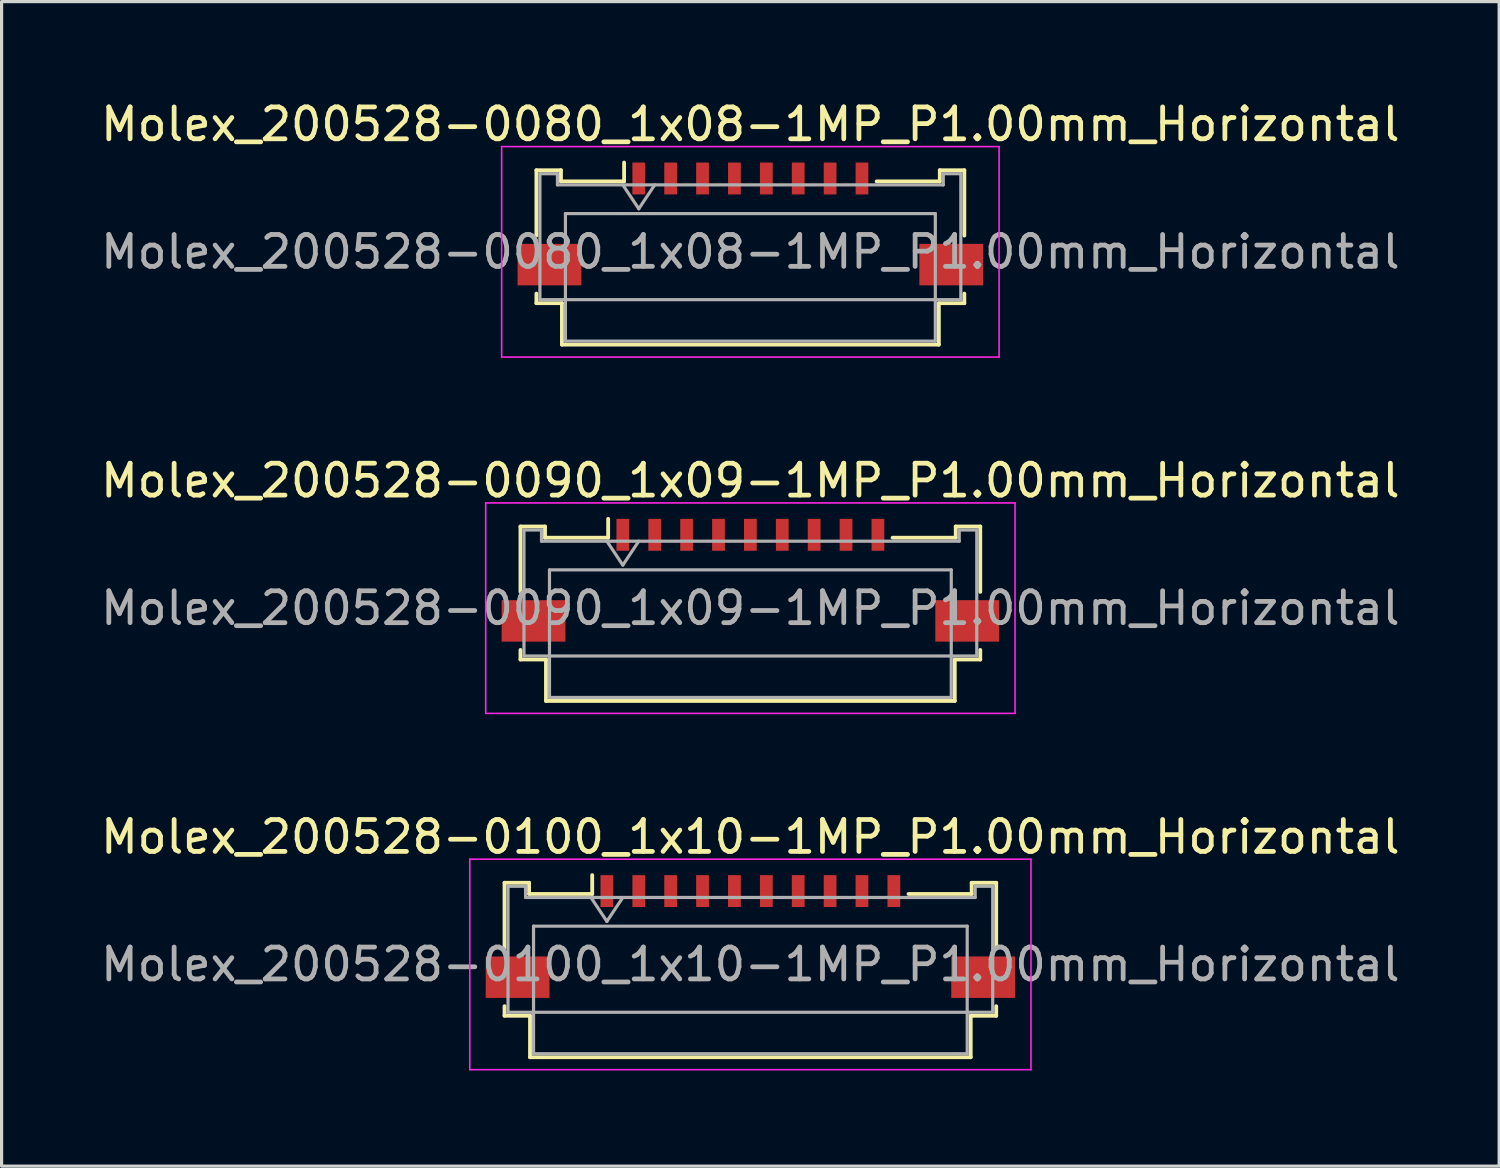
<source format=kicad_pcb>
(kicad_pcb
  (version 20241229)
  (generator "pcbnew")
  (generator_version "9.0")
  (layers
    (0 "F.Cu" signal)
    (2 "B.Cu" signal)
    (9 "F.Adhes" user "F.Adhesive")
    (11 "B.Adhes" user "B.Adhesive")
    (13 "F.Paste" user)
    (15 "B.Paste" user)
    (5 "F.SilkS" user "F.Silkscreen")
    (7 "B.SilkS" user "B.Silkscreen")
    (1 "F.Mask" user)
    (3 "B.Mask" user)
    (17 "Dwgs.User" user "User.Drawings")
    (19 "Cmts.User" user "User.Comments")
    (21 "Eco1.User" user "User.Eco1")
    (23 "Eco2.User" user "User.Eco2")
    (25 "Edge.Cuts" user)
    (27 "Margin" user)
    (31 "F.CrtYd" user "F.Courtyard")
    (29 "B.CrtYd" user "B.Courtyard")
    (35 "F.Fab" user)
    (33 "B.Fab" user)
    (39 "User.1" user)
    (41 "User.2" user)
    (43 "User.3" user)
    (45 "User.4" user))
  (footprint "Molex_200528-0080_1x08-1MP_P1.00mm_Horizontal"
    (layer "F.Cu")
    (at 20.482 3.458)
    (property "Reference" "Molex_200528-0080_1x08-1MP_P1.00mm_Horizontal" (at 0 -2.61 0) (layer "F.SilkS") (effects (font (size 1 1) (thickness 0.15))))
    (attr smd)
    (fp_line (start -6.71 -1.17) (end -6.71 0.88) (stroke (width 0.12) (type solid)) (layer "F.SilkS"))
    (fp_line (start -6.71 2.7) (end -6.71 3) (stroke (width 0.12) (type solid)) (layer "F.SilkS"))
    (fp_line (start -6.71 3) (end -5.91 3) (stroke (width 0.12) (type solid)) (layer "F.SilkS"))
    (fp_line (start -5.94 -1.17) (end -6.71 -1.17) (stroke (width 0.12) (type solid)) (layer "F.SilkS"))
    (fp_line (start -5.94 -0.82) (end -5.94 -1.17) (stroke (width 0.12) (type solid)) (layer "F.SilkS"))
    (fp_line (start -5.91 3) (end -5.91 4.3) (stroke (width 0.12) (type solid)) (layer "F.SilkS"))
    (fp_line (start -5.91 4.3) (end 5.91 4.3) (stroke (width 0.12) (type solid)) (layer "F.SilkS"))
    (fp_line (start -3.96 -1.41) (end -3.96 -0.82) (stroke (width 0.12) (type solid)) (layer "F.SilkS"))
    (fp_line (start -3.96 -0.82) (end -5.94 -0.82) (stroke (width 0.12) (type solid)) (layer "F.SilkS"))
    (fp_line (start 5.91 3) (end 6.71 3) (stroke (width 0.12) (type solid)) (layer "F.SilkS"))
    (fp_line (start 5.91 4.3) (end 5.91 3) (stroke (width 0.12) (type solid)) (layer "F.SilkS"))
    (fp_line (start 5.94 -1.17) (end 5.94 -0.82) (stroke (width 0.12) (type solid)) (layer "F.SilkS"))
    (fp_line (start 5.94 -0.82) (end 3.96 -0.82) (stroke (width 0.12) (type solid)) (layer "F.SilkS"))
    (fp_line (start 6.71 -1.17) (end 5.94 -1.17) (stroke (width 0.12) (type solid)) (layer "F.SilkS"))
    (fp_line (start 6.71 0.88) (end 6.71 -1.17) (stroke (width 0.12) (type solid)) (layer "F.SilkS"))
    (fp_line (start 6.71 3) (end 6.71 2.7) (stroke (width 0.12) (type solid)) (layer "F.SilkS"))
    (fp_line (start -7.8 -1.91) (end -7.8 4.69) (stroke (width 0.05) (type solid)) (layer "F.CrtYd"))
    (fp_line (start -7.8 4.69) (end 7.8 4.69) (stroke (width 0.05) (type solid)) (layer "F.CrtYd"))
    (fp_line (start 7.8 -1.91) (end -7.8 -1.91) (stroke (width 0.05) (type solid)) (layer "F.CrtYd"))
    (fp_line (start 7.8 4.69) (end 7.8 -1.91) (stroke (width 0.05) (type solid)) (layer "F.CrtYd"))
    (fp_line (start -6.6 -1.06) (end -6.6 2.89) (stroke (width 0.1) (type solid)) (layer "F.Fab"))
    (fp_line (start -6.6 2.89) (end 6.6 2.89) (stroke (width 0.1) (type solid)) (layer "F.Fab"))
    (fp_line (start -6.05 -1.06) (end -6.6 -1.06) (stroke (width 0.1) (type solid)) (layer "F.Fab"))
    (fp_line (start -6.05 -0.71) (end -6.05 -1.06) (stroke (width 0.1) (type solid)) (layer "F.Fab"))
    (fp_line (start -5.8 0.19) (end -5.8 4.19) (stroke (width 0.1) (type solid)) (layer "F.Fab"))
    (fp_line (start -5.8 4.19) (end 5.8 4.19) (stroke (width 0.1) (type solid)) (layer "F.Fab"))
    (fp_line (start -4 -0.71) (end -3.5 0.04) (stroke (width 0.1) (type solid)) (layer "F.Fab"))
    (fp_line (start -3.5 0.04) (end -3 -0.71) (stroke (width 0.1) (type solid)) (layer "F.Fab"))
    (fp_line (start 5.8 0.19) (end -5.8 0.19) (stroke (width 0.1) (type solid)) (layer "F.Fab"))
    (fp_line (start 5.8 4.19) (end 5.8 0.19) (stroke (width 0.1) (type solid)) (layer "F.Fab"))
    (fp_line (start 6.05 -1.06) (end 6.05 -0.71) (stroke (width 0.1) (type solid)) (layer "F.Fab"))
    (fp_line (start 6.05 -0.71) (end -6.05 -0.71) (stroke (width 0.1) (type solid)) (layer "F.Fab"))
    (fp_line (start 6.6 -1.06) (end 6.05 -1.06) (stroke (width 0.1) (type solid)) (layer "F.Fab"))
    (fp_line (start 6.6 2.89) (end 6.6 -1.06) (stroke (width 0.1) (type solid)) (layer "F.Fab"))
    (fp_text user "${REFERENCE}" (at 0 1.39 0) (layer "F.Fab") (effects (font (size 1 1) (thickness 0.15))))
    (pad "1" smd rect (at -3.5 -0.91) (size 0.4 1) (layers "F.Cu" "F.Mask" "F.Paste"))
    (pad "2" smd rect (at -2.5 -0.91) (size 0.4 1) (layers "F.Cu" "F.Mask" "F.Paste"))
    (pad "3" smd rect (at -1.5 -0.91) (size 0.4 1) (layers "F.Cu" "F.Mask" "F.Paste"))
    (pad "4" smd rect (at -0.5 -0.91) (size 0.4 1) (layers "F.Cu" "F.Mask" "F.Paste"))
    (pad "5" smd rect (at 0.5 -0.91) (size 0.4 1) (layers "F.Cu" "F.Mask" "F.Paste"))
    (pad "6" smd rect (at 1.5 -0.91) (size 0.4 1) (layers "F.Cu" "F.Mask" "F.Paste"))
    (pad "7" smd rect (at 2.5 -0.91) (size 0.4 1) (layers "F.Cu" "F.Mask" "F.Paste"))
    (pad "8" smd rect (at 3.5 -0.91) (size 0.4 1) (layers "F.Cu" "F.Mask" "F.Paste"))
    (pad "MP" smd rect (at -6.3 1.79) (size 2 1.3) (layers "F.Cu" "F.Mask" "F.Paste"))
    (pad "MP" smd rect (at 6.3 1.79) (size 2 1.3) (layers "F.Cu" "F.Mask" "F.Paste")))
  (footprint "Molex_200528-0090_1x09-1MP_P1.00mm_Horizontal"
    (layer "F.Cu")
    (at 20.482 14.632)
    (property "Reference" "Molex_200528-0090_1x09-1MP_P1.00mm_Horizontal" (at 0 -2.61 0) (layer "F.SilkS") (effects (font (size 1 1) (thickness 0.15))))
    (attr smd)
    (fp_line (start -7.21 -1.17) (end -7.21 0.88) (stroke (width 0.12) (type solid)) (layer "F.SilkS"))
    (fp_line (start -7.21 2.7) (end -7.21 3) (stroke (width 0.12) (type solid)) (layer "F.SilkS"))
    (fp_line (start -7.21 3) (end -6.41 3) (stroke (width 0.12) (type solid)) (layer "F.SilkS"))
    (fp_line (start -6.44 -1.17) (end -7.21 -1.17) (stroke (width 0.12) (type solid)) (layer "F.SilkS"))
    (fp_line (start -6.44 -0.82) (end -6.44 -1.17) (stroke (width 0.12) (type solid)) (layer "F.SilkS"))
    (fp_line (start -6.41 3) (end -6.41 4.3) (stroke (width 0.12) (type solid)) (layer "F.SilkS"))
    (fp_line (start -6.41 4.3) (end 6.41 4.3) (stroke (width 0.12) (type solid)) (layer "F.SilkS"))
    (fp_line (start -4.46 -1.41) (end -4.46 -0.82) (stroke (width 0.12) (type solid)) (layer "F.SilkS"))
    (fp_line (start -4.46 -0.82) (end -6.44 -0.82) (stroke (width 0.12) (type solid)) (layer "F.SilkS"))
    (fp_line (start 6.41 3) (end 7.21 3) (stroke (width 0.12) (type solid)) (layer "F.SilkS"))
    (fp_line (start 6.41 4.3) (end 6.41 3) (stroke (width 0.12) (type solid)) (layer "F.SilkS"))
    (fp_line (start 6.44 -1.17) (end 6.44 -0.82) (stroke (width 0.12) (type solid)) (layer "F.SilkS"))
    (fp_line (start 6.44 -0.82) (end 4.46 -0.82) (stroke (width 0.12) (type solid)) (layer "F.SilkS"))
    (fp_line (start 7.21 -1.17) (end 6.44 -1.17) (stroke (width 0.12) (type solid)) (layer "F.SilkS"))
    (fp_line (start 7.21 0.88) (end 7.21 -1.17) (stroke (width 0.12) (type solid)) (layer "F.SilkS"))
    (fp_line (start 7.21 3) (end 7.21 2.7) (stroke (width 0.12) (type solid)) (layer "F.SilkS"))
    (fp_line (start -8.3 -1.91) (end -8.3 4.69) (stroke (width 0.05) (type solid)) (layer "F.CrtYd"))
    (fp_line (start -8.3 4.69) (end 8.3 4.69) (stroke (width 0.05) (type solid)) (layer "F.CrtYd"))
    (fp_line (start 8.3 -1.91) (end -8.3 -1.91) (stroke (width 0.05) (type solid)) (layer "F.CrtYd"))
    (fp_line (start 8.3 4.69) (end 8.3 -1.91) (stroke (width 0.05) (type solid)) (layer "F.CrtYd"))
    (fp_line (start -7.1 -1.06) (end -7.1 2.89) (stroke (width 0.1) (type solid)) (layer "F.Fab"))
    (fp_line (start -7.1 2.89) (end 7.1 2.89) (stroke (width 0.1) (type solid)) (layer "F.Fab"))
    (fp_line (start -6.55 -1.06) (end -7.1 -1.06) (stroke (width 0.1) (type solid)) (layer "F.Fab"))
    (fp_line (start -6.55 -0.71) (end -6.55 -1.06) (stroke (width 0.1) (type solid)) (layer "F.Fab"))
    (fp_line (start -6.3 0.19) (end -6.3 4.19) (stroke (width 0.1) (type solid)) (layer "F.Fab"))
    (fp_line (start -6.3 4.19) (end 6.3 4.19) (stroke (width 0.1) (type solid)) (layer "F.Fab"))
    (fp_line (start -4.5 -0.71) (end -4 0.04) (stroke (width 0.1) (type solid)) (layer "F.Fab"))
    (fp_line (start -4 0.04) (end -3.5 -0.71) (stroke (width 0.1) (type solid)) (layer "F.Fab"))
    (fp_line (start 6.3 0.19) (end -6.3 0.19) (stroke (width 0.1) (type solid)) (layer "F.Fab"))
    (fp_line (start 6.3 4.19) (end 6.3 0.19) (stroke (width 0.1) (type solid)) (layer "F.Fab"))
    (fp_line (start 6.55 -1.06) (end 6.55 -0.71) (stroke (width 0.1) (type solid)) (layer "F.Fab"))
    (fp_line (start 6.55 -0.71) (end -6.55 -0.71) (stroke (width 0.1) (type solid)) (layer "F.Fab"))
    (fp_line (start 7.1 -1.06) (end 6.55 -1.06) (stroke (width 0.1) (type solid)) (layer "F.Fab"))
    (fp_line (start 7.1 2.89) (end 7.1 -1.06) (stroke (width 0.1) (type solid)) (layer "F.Fab"))
    (fp_text user "${REFERENCE}" (at 0 1.39 0) (layer "F.Fab") (effects (font (size 1 1) (thickness 0.15))))
    (pad "1" smd rect (at -4 -0.91) (size 0.4 1) (layers "F.Cu" "F.Mask" "F.Paste"))
    (pad "2" smd rect (at -3 -0.91) (size 0.4 1) (layers "F.Cu" "F.Mask" "F.Paste"))
    (pad "3" smd rect (at -2 -0.91) (size 0.4 1) (layers "F.Cu" "F.Mask" "F.Paste"))
    (pad "4" smd rect (at -1 -0.91) (size 0.4 1) (layers "F.Cu" "F.Mask" "F.Paste"))
    (pad "5" smd rect (at 0 -0.91) (size 0.4 1) (layers "F.Cu" "F.Mask" "F.Paste"))
    (pad "6" smd rect (at 1 -0.91) (size 0.4 1) (layers "F.Cu" "F.Mask" "F.Paste"))
    (pad "7" smd rect (at 2 -0.91) (size 0.4 1) (layers "F.Cu" "F.Mask" "F.Paste"))
    (pad "8" smd rect (at 3 -0.91) (size 0.4 1) (layers "F.Cu" "F.Mask" "F.Paste"))
    (pad "9" smd rect (at 4 -0.91) (size 0.4 1) (layers "F.Cu" "F.Mask" "F.Paste"))
    (pad "MP" smd rect (at -6.8 1.79) (size 2 1.3) (layers "F.Cu" "F.Mask" "F.Paste"))
    (pad "MP" smd rect (at 6.8 1.79) (size 2 1.3) (layers "F.Cu" "F.Mask" "F.Paste")))
  (footprint "Molex_200528-0100_1x10-1MP_P1.00mm_Horizontal"
    (layer "F.Cu")
    (at 20.482 25.805)
    (property "Reference" "Molex_200528-0100_1x10-1MP_P1.00mm_Horizontal" (at 0 -2.61 0) (layer "F.SilkS") (effects (font (size 1 1) (thickness 0.15))))
    (attr smd)
    (fp_line (start -7.71 -1.17) (end -7.71 0.88) (stroke (width 0.12) (type solid)) (layer "F.SilkS"))
    (fp_line (start -7.71 2.7) (end -7.71 3) (stroke (width 0.12) (type solid)) (layer "F.SilkS"))
    (fp_line (start -7.71 3) (end -6.91 3) (stroke (width 0.12) (type solid)) (layer "F.SilkS"))
    (fp_line (start -6.94 -1.17) (end -7.71 -1.17) (stroke (width 0.12) (type solid)) (layer "F.SilkS"))
    (fp_line (start -6.94 -0.82) (end -6.94 -1.17) (stroke (width 0.12) (type solid)) (layer "F.SilkS"))
    (fp_line (start -6.91 3) (end -6.91 4.3) (stroke (width 0.12) (type solid)) (layer "F.SilkS"))
    (fp_line (start -6.91 4.3) (end 6.91 4.3) (stroke (width 0.12) (type solid)) (layer "F.SilkS"))
    (fp_line (start -4.96 -1.41) (end -4.96 -0.82) (stroke (width 0.12) (type solid)) (layer "F.SilkS"))
    (fp_line (start -4.96 -0.82) (end -6.94 -0.82) (stroke (width 0.12) (type solid)) (layer "F.SilkS"))
    (fp_line (start 6.91 3) (end 7.71 3) (stroke (width 0.12) (type solid)) (layer "F.SilkS"))
    (fp_line (start 6.91 4.3) (end 6.91 3) (stroke (width 0.12) (type solid)) (layer "F.SilkS"))
    (fp_line (start 6.94 -1.17) (end 6.94 -0.82) (stroke (width 0.12) (type solid)) (layer "F.SilkS"))
    (fp_line (start 6.94 -0.82) (end 4.96 -0.82) (stroke (width 0.12) (type solid)) (layer "F.SilkS"))
    (fp_line (start 7.71 -1.17) (end 6.94 -1.17) (stroke (width 0.12) (type solid)) (layer "F.SilkS"))
    (fp_line (start 7.71 0.88) (end 7.71 -1.17) (stroke (width 0.12) (type solid)) (layer "F.SilkS"))
    (fp_line (start 7.71 3) (end 7.71 2.7) (stroke (width 0.12) (type solid)) (layer "F.SilkS"))
    (fp_line (start -8.8 -1.91) (end -8.8 4.69) (stroke (width 0.05) (type solid)) (layer "F.CrtYd"))
    (fp_line (start -8.8 4.69) (end 8.8 4.69) (stroke (width 0.05) (type solid)) (layer "F.CrtYd"))
    (fp_line (start 8.8 -1.91) (end -8.8 -1.91) (stroke (width 0.05) (type solid)) (layer "F.CrtYd"))
    (fp_line (start 8.8 4.69) (end 8.8 -1.91) (stroke (width 0.05) (type solid)) (layer "F.CrtYd"))
    (fp_line (start -7.6 -1.06) (end -7.6 2.89) (stroke (width 0.1) (type solid)) (layer "F.Fab"))
    (fp_line (start -7.6 2.89) (end 7.6 2.89) (stroke (width 0.1) (type solid)) (layer "F.Fab"))
    (fp_line (start -7.05 -1.06) (end -7.6 -1.06) (stroke (width 0.1) (type solid)) (layer "F.Fab"))
    (fp_line (start -7.05 -0.71) (end -7.05 -1.06) (stroke (width 0.1) (type solid)) (layer "F.Fab"))
    (fp_line (start -6.8 0.19) (end -6.8 4.19) (stroke (width 0.1) (type solid)) (layer "F.Fab"))
    (fp_line (start -6.8 4.19) (end 6.8 4.19) (stroke (width 0.1) (type solid)) (layer "F.Fab"))
    (fp_line (start -5 -0.71) (end -4.5 0.04) (stroke (width 0.1) (type solid)) (layer "F.Fab"))
    (fp_line (start -4.5 0.04) (end -4 -0.71) (stroke (width 0.1) (type solid)) (layer "F.Fab"))
    (fp_line (start 6.8 0.19) (end -6.8 0.19) (stroke (width 0.1) (type solid)) (layer "F.Fab"))
    (fp_line (start 6.8 4.19) (end 6.8 0.19) (stroke (width 0.1) (type solid)) (layer "F.Fab"))
    (fp_line (start 7.05 -1.06) (end 7.05 -0.71) (stroke (width 0.1) (type solid)) (layer "F.Fab"))
    (fp_line (start 7.05 -0.71) (end -7.05 -0.71) (stroke (width 0.1) (type solid)) (layer "F.Fab"))
    (fp_line (start 7.6 -1.06) (end 7.05 -1.06) (stroke (width 0.1) (type solid)) (layer "F.Fab"))
    (fp_line (start 7.6 2.89) (end 7.6 -1.06) (stroke (width 0.1) (type solid)) (layer "F.Fab"))
    (fp_text user "${REFERENCE}" (at 0 1.39 0) (layer "F.Fab") (effects (font (size 1 1) (thickness 0.15))))
    (pad "1" smd rect (at -4.5 -0.91) (size 0.4 1) (layers "F.Cu" "F.Mask" "F.Paste"))
    (pad "2" smd rect (at -3.5 -0.91) (size 0.4 1) (layers "F.Cu" "F.Mask" "F.Paste"))
    (pad "3" smd rect (at -2.5 -0.91) (size 0.4 1) (layers "F.Cu" "F.Mask" "F.Paste"))
    (pad "4" smd rect (at -1.5 -0.91) (size 0.4 1) (layers "F.Cu" "F.Mask" "F.Paste"))
    (pad "5" smd rect (at -0.5 -0.91) (size 0.4 1) (layers "F.Cu" "F.Mask" "F.Paste"))
    (pad "6" smd rect (at 0.5 -0.91) (size 0.4 1) (layers "F.Cu" "F.Mask" "F.Paste"))
    (pad "7" smd rect (at 1.5 -0.91) (size 0.4 1) (layers "F.Cu" "F.Mask" "F.Paste"))
    (pad "8" smd rect (at 2.5 -0.91) (size 0.4 1) (layers "F.Cu" "F.Mask" "F.Paste"))
    (pad "9" smd rect (at 3.5 -0.91) (size 0.4 1) (layers "F.Cu" "F.Mask" "F.Paste"))
    (pad "10" smd rect (at 4.5 -0.91) (size 0.4 1) (layers "F.Cu" "F.Mask" "F.Paste"))
    (pad "MP" smd rect (at -7.3 1.79) (size 2 1.3) (layers "F.Cu" "F.Mask" "F.Paste"))
    (pad "MP" smd rect (at 7.3 1.79) (size 2 1.3) (layers "F.Cu" "F.Mask" "F.Paste")))
  (gr_rect
    (start -3 -3)
    (end 43.964 33.52)
    (stroke (width 0.1) (type default))
    (fill no)
    (layer "Edge.Cuts")))
</source>
